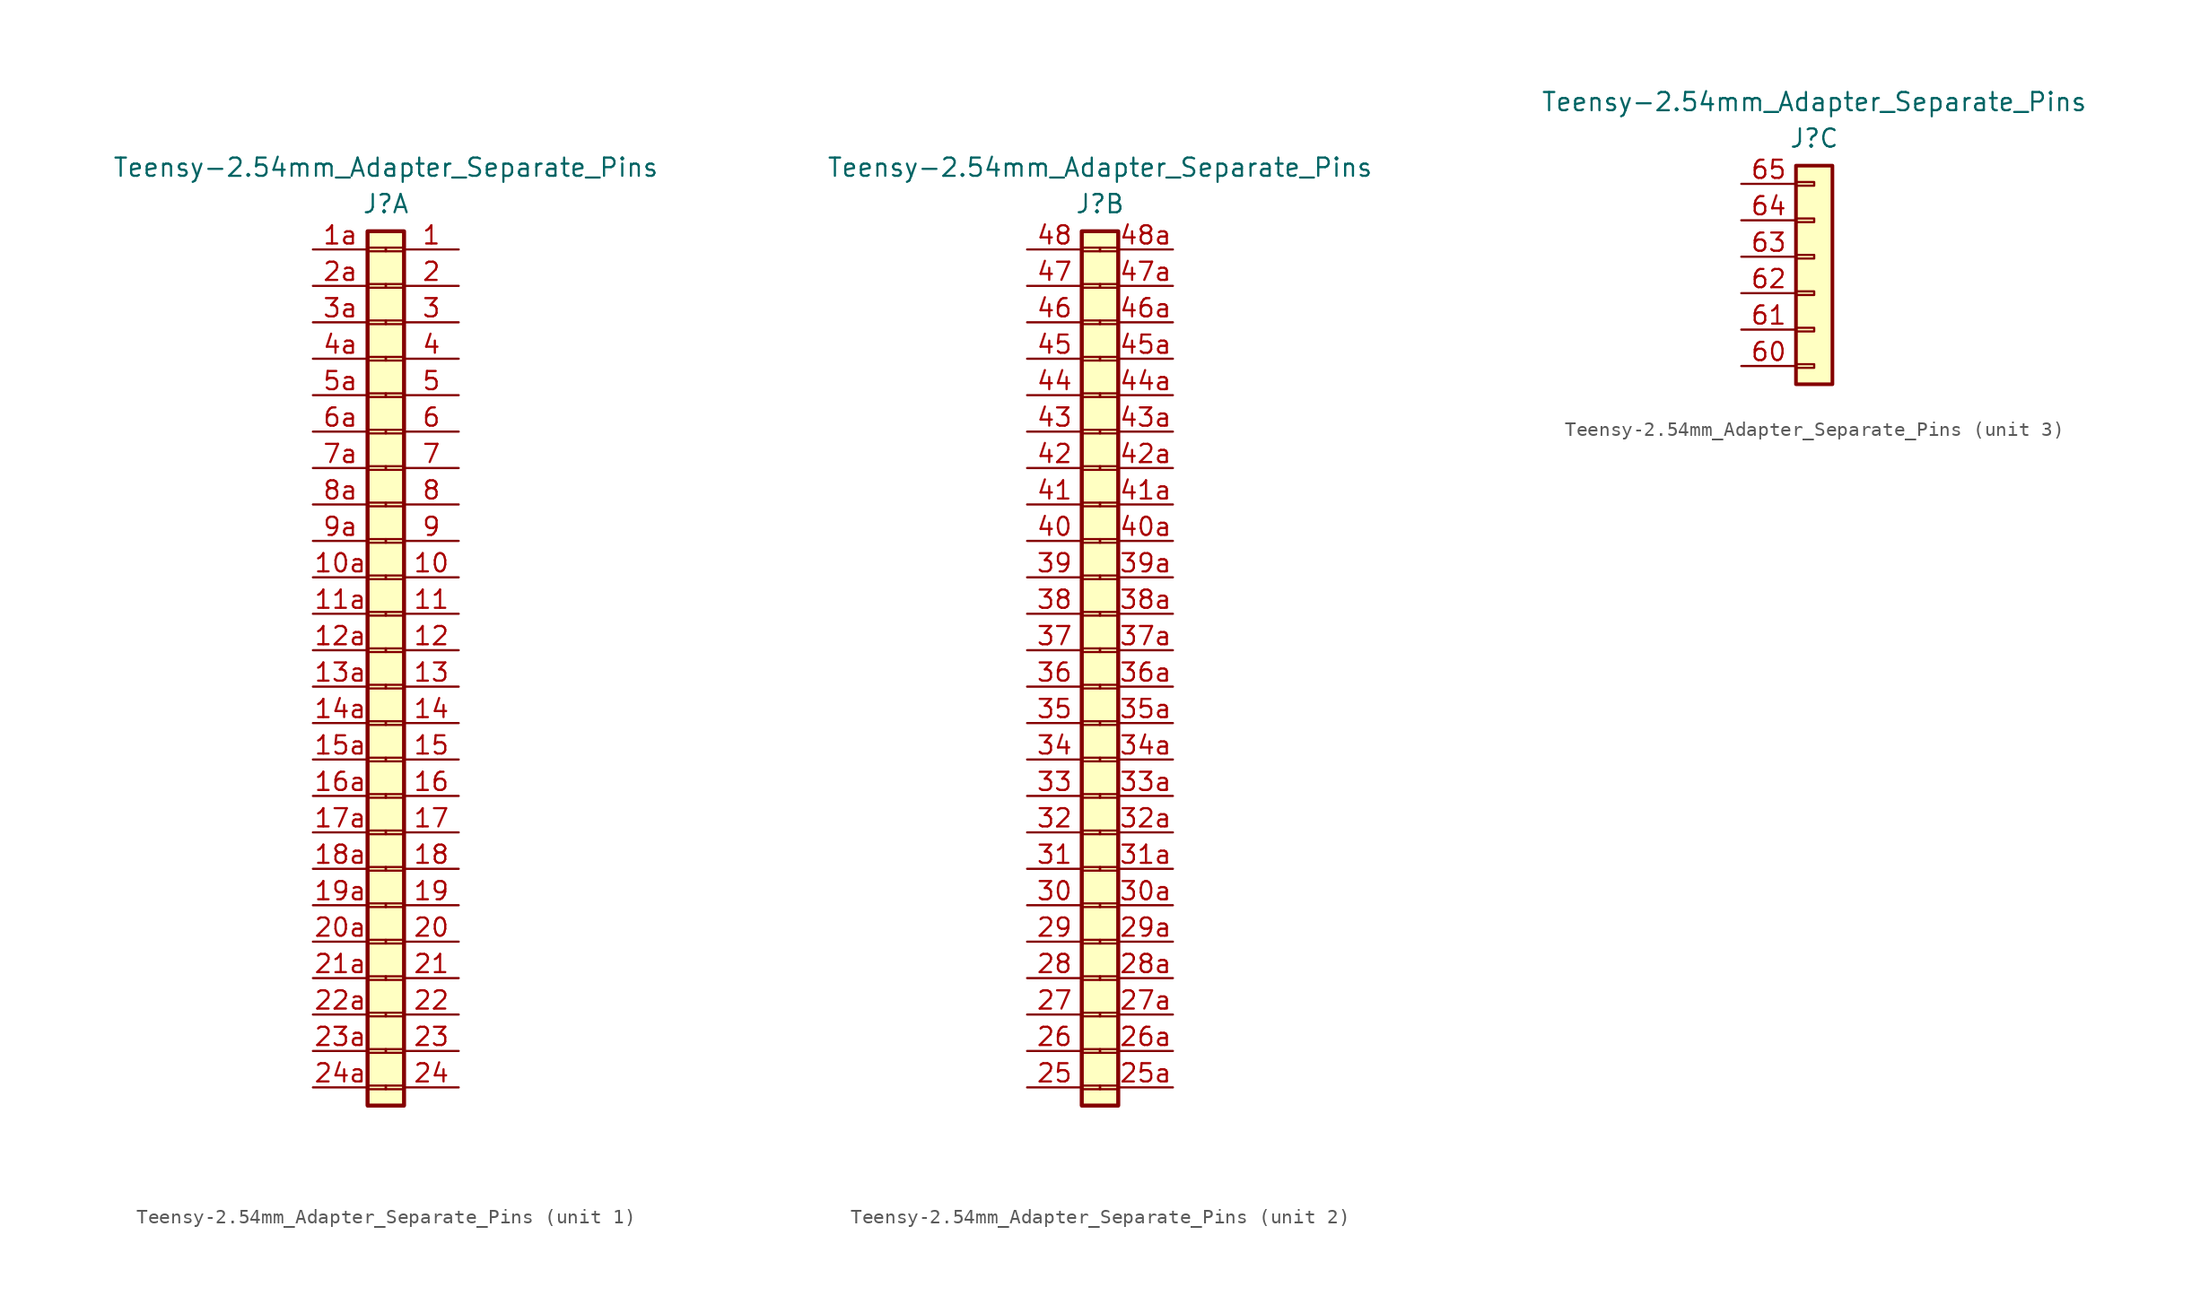
<source format=kicad_sym>
(kicad_symbol_lib
  (version 20211014)
  (generator kicad_symbol_editor)
  (symbol "Teensy-2.54mm_Adapter_Separate_Pins"
    (property "Reference" "J"
      (at 0 1.905 0)
      (effects (font (size 1.27 1.27))))
    (property "Value" "Teensy-2.54mm_Adapter_Separate_Pins"
      (at 0 4.445 0)
      (effects (font (size 1.27 1.27))))
    (property "ki_locked" ""
      (at 0 0 0)
      (effects (font (size 1.27 1.27))))
    (symbol "Teensy-2.54mm_Adapter_Separate_Pins_1_1"
      (rectangle (start -1.27 -60.96) (end 1.27 0) (stroke (width 0.254) (type default) (color 0 0 0 0)) (fill (type background)))
      (rectangle (start -1.27 -59.563) (end 0 -59.817) (stroke (width 0.152) (type default) (color 0 0 0 0)) (fill (type none)))
      (rectangle (start -1.27 -57.023) (end 0 -57.277) (stroke (width 0.152) (type default) (color 0 0 0 0)) (fill (type none)))
      (rectangle (start -1.27 -54.483) (end 0 -54.737) (stroke (width 0.152) (type default) (color 0 0 0 0)) (fill (type none)))
      (rectangle (start -1.27 -51.943) (end 0 -52.197) (stroke (width 0.152) (type default) (color 0 0 0 0)) (fill (type none)))
      (rectangle (start -1.27 -49.403) (end 0 -49.657) (stroke (width 0.152) (type default) (color 0 0 0 0)) (fill (type none)))
      (rectangle (start -1.27 -46.863) (end 0 -47.117) (stroke (width 0.152) (type default) (color 0 0 0 0)) (fill (type none)))
      (rectangle (start -1.27 -44.323) (end 0 -44.577) (stroke (width 0.152) (type default) (color 0 0 0 0)) (fill (type none)))
      (rectangle (start -1.27 -41.783) (end 0 -42.037) (stroke (width 0.152) (type default) (color 0 0 0 0)) (fill (type none)))
      (rectangle (start -1.27 -39.243) (end 0 -39.497) (stroke (width 0.152) (type default) (color 0 0 0 0)) (fill (type none)))
      (rectangle (start -1.27 -36.703) (end 0 -36.957) (stroke (width 0.152) (type default) (color 0 0 0 0)) (fill (type none)))
      (rectangle (start -1.27 -34.163) (end 0 -34.417) (stroke (width 0.152) (type default) (color 0 0 0 0)) (fill (type none)))
      (rectangle (start -1.27 -31.623) (end 0 -31.877) (stroke (width 0.152) (type default) (color 0 0 0 0)) (fill (type none)))
      (rectangle (start -1.27 -29.083) (end 0 -29.337) (stroke (width 0.152) (type default) (color 0 0 0 0)) (fill (type none)))
      (rectangle (start -1.27 -26.543) (end 0 -26.797) (stroke (width 0.152) (type default) (color 0 0 0 0)) (fill (type none)))
      (rectangle (start -1.27 -24.003) (end 0 -24.257) (stroke (width 0.152) (type default) (color 0 0 0 0)) (fill (type none)))
      (rectangle (start -1.27 -21.463) (end 0 -21.717) (stroke (width 0.152) (type default) (color 0 0 0 0)) (fill (type none)))
      (rectangle (start -1.27 -18.923) (end 0 -19.177) (stroke (width 0.152) (type default) (color 0 0 0 0)) (fill (type none)))
      (rectangle (start -1.27 -16.383) (end 0 -16.637) (stroke (width 0.152) (type default) (color 0 0 0 0)) (fill (type none)))
      (rectangle (start -1.27 -13.843) (end 0 -14.097) (stroke (width 0.152) (type default) (color 0 0 0 0)) (fill (type none)))
      (rectangle (start -1.27 -11.303) (end 0 -11.557) (stroke (width 0.152) (type default) (color 0 0 0 0)) (fill (type none)))
      (rectangle (start -1.27 -8.763) (end 0 -9.017) (stroke (width 0.152) (type default) (color 0 0 0 0)) (fill (type none)))
      (rectangle (start -1.27 -6.223) (end 0 -6.477) (stroke (width 0.152) (type default) (color 0 0 0 0)) (fill (type none)))
      (rectangle (start -1.27 -3.683) (end 0 -3.937) (stroke (width 0.152) (type default) (color 0 0 0 0)) (fill (type none)))
      (rectangle (start -1.27 -1.143) (end 0 -1.397) (stroke (width 0.152) (type default) (color 0 0 0 0)) (fill (type none)))
      (rectangle (start -1.27 0) (end 1.27 -60.96) (stroke (width 0.254) (type default) (color 0 0 0 0)) (fill (type background)))
      (rectangle (start 0 -59.817) (end 1.27 -59.563) (stroke (width 0.152) (type default) (color 0 0 0 0)) (fill (type none)))
      (rectangle (start 0 -57.277) (end 1.27 -57.023) (stroke (width 0.152) (type default) (color 0 0 0 0)) (fill (type none)))
      (rectangle (start 0 -54.737) (end 1.27 -54.483) (stroke (width 0.152) (type default) (color 0 0 0 0)) (fill (type none)))
      (rectangle (start 0 -52.197) (end 1.27 -51.943) (stroke (width 0.152) (type default) (color 0 0 0 0)) (fill (type none)))
      (rectangle (start 0 -49.657) (end 1.27 -49.403) (stroke (width 0.152) (type default) (color 0 0 0 0)) (fill (type none)))
      (rectangle (start 0 -47.117) (end 1.27 -46.863) (stroke (width 0.152) (type default) (color 0 0 0 0)) (fill (type none)))
      (rectangle (start 0 -44.577) (end 1.27 -44.323) (stroke (width 0.152) (type default) (color 0 0 0 0)) (fill (type none)))
      (rectangle (start 0 -42.037) (end 1.27 -41.783) (stroke (width 0.152) (type default) (color 0 0 0 0)) (fill (type none)))
      (rectangle (start 0 -39.497) (end 1.27 -39.243) (stroke (width 0.152) (type default) (color 0 0 0 0)) (fill (type none)))
      (rectangle (start 0 -36.957) (end 1.27 -36.703) (stroke (width 0.152) (type default) (color 0 0 0 0)) (fill (type none)))
      (rectangle (start 0 -34.417) (end 1.27 -34.163) (stroke (width 0.152) (type default) (color 0 0 0 0)) (fill (type none)))
      (rectangle (start 0 -31.877) (end 1.27 -31.623) (stroke (width 0.152) (type default) (color 0 0 0 0)) (fill (type none)))
      (rectangle (start 0 -29.337) (end 1.27 -29.083) (stroke (width 0.152) (type default) (color 0 0 0 0)) (fill (type none)))
      (rectangle (start 0 -26.797) (end 1.27 -26.543) (stroke (width 0.152) (type default) (color 0 0 0 0)) (fill (type none)))
      (rectangle (start 0 -24.257) (end 1.27 -24.003) (stroke (width 0.152) (type default) (color 0 0 0 0)) (fill (type none)))
      (rectangle (start 0 -21.717) (end 1.27 -21.463) (stroke (width 0.152) (type default) (color 0 0 0 0)) (fill (type none)))
      (rectangle (start 0 -19.177) (end 1.27 -18.923) (stroke (width 0.152) (type default) (color 0 0 0 0)) (fill (type none)))
      (rectangle (start 0 -16.637) (end 1.27 -16.383) (stroke (width 0.152) (type default) (color 0 0 0 0)) (fill (type none)))
      (rectangle (start 0 -14.097) (end 1.27 -13.843) (stroke (width 0.152) (type default) (color 0 0 0 0)) (fill (type none)))
      (rectangle (start 0 -11.557) (end 1.27 -11.303) (stroke (width 0.152) (type default) (color 0 0 0 0)) (fill (type none)))
      (rectangle (start 0 -9.017) (end 1.27 -8.763) (stroke (width 0.152) (type default) (color 0 0 0 0)) (fill (type none)))
      (rectangle (start 0 -6.477) (end 1.27 -6.223) (stroke (width 0.152) (type default) (color 0 0 0 0)) (fill (type none)))
      (rectangle (start 0 -3.937) (end 1.27 -3.683) (stroke (width 0.152) (type default) (color 0 0 0 0)) (fill (type none)))
      (rectangle (start 0 -1.397) (end 1.27 -1.143) (stroke (width 0.152) (type default) (color 0 0 0 0)) (fill (type none)))
      (pin passive line (at 5.08 -1.27 180) (length 3.81) (name "" (effects (font (size 1.27 1.27)))) (number "1" (effects (font (size 1.27 1.27)))))
      (pin passive line (at 5.08 -24.13 180) (length 3.81) (name "" (effects (font (size 1.27 1.27)))) (number "10" (effects (font (size 1.27 1.27)))))
      (pin passive line (at -5.08 -24.13 0) (length 3.81) (name "" (effects (font (size 1.27 1.27)))) (number "10a" (effects (font (size 1.27 1.27)))))
      (pin passive line (at 5.08 -26.67 180) (length 3.81) (name "" (effects (font (size 1.27 1.27)))) (number "11" (effects (font (size 1.27 1.27)))))
      (pin passive line (at -5.08 -26.67 0) (length 3.81) (name "" (effects (font (size 1.27 1.27)))) (number "11a" (effects (font (size 1.27 1.27)))))
      (pin passive line (at 5.08 -29.21 180) (length 3.81) (name "" (effects (font (size 1.27 1.27)))) (number "12" (effects (font (size 1.27 1.27)))))
      (pin passive line (at -5.08 -29.21 0) (length 3.81) (name "" (effects (font (size 1.27 1.27)))) (number "12a" (effects (font (size 1.27 1.27)))))
      (pin passive line (at 5.08 -31.75 180) (length 3.81) (name "" (effects (font (size 1.27 1.27)))) (number "13" (effects (font (size 1.27 1.27)))))
      (pin passive line (at -5.08 -31.75 0) (length 3.81) (name "" (effects (font (size 1.27 1.27)))) (number "13a" (effects (font (size 1.27 1.27)))))
      (pin passive line (at 5.08 -34.29 180) (length 3.81) (name "" (effects (font (size 1.27 1.27)))) (number "14" (effects (font (size 1.27 1.27)))))
      (pin passive line (at -5.08 -34.29 0) (length 3.81) (name "" (effects (font (size 1.27 1.27)))) (number "14a" (effects (font (size 1.27 1.27)))))
      (pin passive line (at 5.08 -36.83 180) (length 3.81) (name "" (effects (font (size 1.27 1.27)))) (number "15" (effects (font (size 1.27 1.27)))))
      (pin passive line (at -5.08 -36.83 0) (length 3.81) (name "" (effects (font (size 1.27 1.27)))) (number "15a" (effects (font (size 1.27 1.27)))))
      (pin passive line (at 5.08 -39.37 180) (length 3.81) (name "" (effects (font (size 1.27 1.27)))) (number "16" (effects (font (size 1.27 1.27)))))
      (pin passive line (at -5.08 -39.37 0) (length 3.81) (name "" (effects (font (size 1.27 1.27)))) (number "16a" (effects (font (size 1.27 1.27)))))
      (pin passive line (at 5.08 -41.91 180) (length 3.81) (name "" (effects (font (size 1.27 1.27)))) (number "17" (effects (font (size 1.27 1.27)))))
      (pin passive line (at -5.08 -41.91 0) (length 3.81) (name "" (effects (font (size 1.27 1.27)))) (number "17a" (effects (font (size 1.27 1.27)))))
      (pin passive line (at 5.08 -44.45 180) (length 3.81) (name "" (effects (font (size 1.27 1.27)))) (number "18" (effects (font (size 1.27 1.27)))))
      (pin passive line (at -5.08 -44.45 0) (length 3.81) (name "" (effects (font (size 1.27 1.27)))) (number "18a" (effects (font (size 1.27 1.27)))))
      (pin passive line (at 5.08 -46.99 180) (length 3.81) (name "" (effects (font (size 1.27 1.27)))) (number "19" (effects (font (size 1.27 1.27)))))
      (pin passive line (at -5.08 -46.99 0) (length 3.81) (name "" (effects (font (size 1.27 1.27)))) (number "19a" (effects (font (size 1.27 1.27)))))
      (pin passive line (at -5.08 -1.27 0) (length 3.81) (name "" (effects (font (size 1.27 1.27)))) (number "1a" (effects (font (size 1.27 1.27)))))
      (pin passive line (at 5.08 -3.81 180) (length 3.81) (name "" (effects (font (size 1.27 1.27)))) (number "2" (effects (font (size 1.27 1.27)))))
      (pin passive line (at 5.08 -49.53 180) (length 3.81) (name "" (effects (font (size 1.27 1.27)))) (number "20" (effects (font (size 1.27 1.27)))))
      (pin passive line (at -5.08 -49.53 0) (length 3.81) (name "" (effects (font (size 1.27 1.27)))) (number "20a" (effects (font (size 1.27 1.27)))))
      (pin passive line (at 5.08 -52.07 180) (length 3.81) (name "" (effects (font (size 1.27 1.27)))) (number "21" (effects (font (size 1.27 1.27)))))
      (pin passive line (at -5.08 -52.07 0) (length 3.81) (name "" (effects (font (size 1.27 1.27)))) (number "21a" (effects (font (size 1.27 1.27)))))
      (pin passive line (at 5.08 -54.61 180) (length 3.81) (name "" (effects (font (size 1.27 1.27)))) (number "22" (effects (font (size 1.27 1.27)))))
      (pin passive line (at -5.08 -54.61 0) (length 3.81) (name "" (effects (font (size 1.27 1.27)))) (number "22a" (effects (font (size 1.27 1.27)))))
      (pin passive line (at 5.08 -57.15 180) (length 3.81) (name "" (effects (font (size 1.27 1.27)))) (number "23" (effects (font (size 1.27 1.27)))))
      (pin passive line (at -5.08 -57.15 0) (length 3.81) (name "" (effects (font (size 1.27 1.27)))) (number "23a" (effects (font (size 1.27 1.27)))))
      (pin passive line (at 5.08 -59.69 180) (length 3.81) (name "" (effects (font (size 1.27 1.27)))) (number "24" (effects (font (size 1.27 1.27)))))
      (pin passive line (at -5.08 -59.69 0) (length 3.81) (name "" (effects (font (size 1.27 1.27)))) (number "24a" (effects (font (size 1.27 1.27)))))
      (pin passive line (at -5.08 -3.81 0) (length 3.81) (name "" (effects (font (size 1.27 1.27)))) (number "2a" (effects (font (size 1.27 1.27)))))
      (pin passive line (at 5.08 -6.35 180) (length 3.81) (name "" (effects (font (size 1.27 1.27)))) (number "3" (effects (font (size 1.27 1.27)))))
      (pin passive line (at -5.08 -6.35 0) (length 3.81) (name "" (effects (font (size 1.27 1.27)))) (number "3a" (effects (font (size 1.27 1.27)))))
      (pin passive line (at 5.08 -8.89 180) (length 3.81) (name "" (effects (font (size 1.27 1.27)))) (number "4" (effects (font (size 1.27 1.27)))))
      (pin passive line (at -5.08 -8.89 0) (length 3.81) (name "" (effects (font (size 1.27 1.27)))) (number "4a" (effects (font (size 1.27 1.27)))))
      (pin passive line (at 5.08 -11.43 180) (length 3.81) (name "" (effects (font (size 1.27 1.27)))) (number "5" (effects (font (size 1.27 1.27)))))
      (pin passive line (at -5.08 -11.43 0) (length 3.81) (name "" (effects (font (size 1.27 1.27)))) (number "5a" (effects (font (size 1.27 1.27)))))
      (pin passive line (at 5.08 -13.97 180) (length 3.81) (name "" (effects (font (size 1.27 1.27)))) (number "6" (effects (font (size 1.27 1.27)))))
      (pin passive line (at -5.08 -13.97 0) (length 3.81) (name "" (effects (font (size 1.27 1.27)))) (number "6a" (effects (font (size 1.27 1.27)))))
      (pin passive line (at 5.08 -16.51 180) (length 3.81) (name "" (effects (font (size 1.27 1.27)))) (number "7" (effects (font (size 1.27 1.27)))))
      (pin passive line (at -5.08 -16.51 0) (length 3.81) (name "" (effects (font (size 1.27 1.27)))) (number "7a" (effects (font (size 1.27 1.27)))))
      (pin passive line (at 5.08 -19.05 180) (length 3.81) (name "" (effects (font (size 1.27 1.27)))) (number "8" (effects (font (size 1.27 1.27)))))
      (pin passive line (at -5.08 -19.05 0) (length 3.81) (name "" (effects (font (size 1.27 1.27)))) (number "8a" (effects (font (size 1.27 1.27)))))
      (pin passive line (at 5.08 -21.59 180) (length 3.81) (name "" (effects (font (size 1.27 1.27)))) (number "9" (effects (font (size 1.27 1.27)))))
      (pin passive line (at -5.08 -21.59 0) (length 3.81) (name "" (effects (font (size 1.27 1.27)))) (number "9a" (effects (font (size 1.27 1.27))))))
    (symbol "Teensy-2.54mm_Adapter_Separate_Pins_2_1"
      (rectangle (start -1.27 -60.96) (end 1.27 0) (stroke (width 0.254) (type default) (color 0 0 0 0)) (fill (type background)))
      (rectangle (start -1.27 -59.563) (end 0 -59.817) (stroke (width 0.152) (type default) (color 0 0 0 0)) (fill (type none)))
      (rectangle (start -1.27 -57.023) (end 0 -57.277) (stroke (width 0.152) (type default) (color 0 0 0 0)) (fill (type none)))
      (rectangle (start -1.27 -54.483) (end 0 -54.737) (stroke (width 0.152) (type default) (color 0 0 0 0)) (fill (type none)))
      (rectangle (start -1.27 -51.943) (end 0 -52.197) (stroke (width 0.152) (type default) (color 0 0 0 0)) (fill (type none)))
      (rectangle (start -1.27 -49.403) (end 0 -49.657) (stroke (width 0.152) (type default) (color 0 0 0 0)) (fill (type none)))
      (rectangle (start -1.27 -46.863) (end 0 -47.117) (stroke (width 0.152) (type default) (color 0 0 0 0)) (fill (type none)))
      (rectangle (start -1.27 -44.323) (end 0 -44.577) (stroke (width 0.152) (type default) (color 0 0 0 0)) (fill (type none)))
      (rectangle (start -1.27 -41.783) (end 0 -42.037) (stroke (width 0.152) (type default) (color 0 0 0 0)) (fill (type none)))
      (rectangle (start -1.27 -39.243) (end 0 -39.497) (stroke (width 0.152) (type default) (color 0 0 0 0)) (fill (type none)))
      (rectangle (start -1.27 -36.703) (end 0 -36.957) (stroke (width 0.152) (type default) (color 0 0 0 0)) (fill (type none)))
      (rectangle (start -1.27 -34.163) (end 0 -34.417) (stroke (width 0.152) (type default) (color 0 0 0 0)) (fill (type none)))
      (rectangle (start -1.27 -31.623) (end 0 -31.877) (stroke (width 0.152) (type default) (color 0 0 0 0)) (fill (type none)))
      (rectangle (start -1.27 -29.083) (end 0 -29.337) (stroke (width 0.152) (type default) (color 0 0 0 0)) (fill (type none)))
      (rectangle (start -1.27 -26.543) (end 0 -26.797) (stroke (width 0.152) (type default) (color 0 0 0 0)) (fill (type none)))
      (rectangle (start -1.27 -24.003) (end 0 -24.257) (stroke (width 0.152) (type default) (color 0 0 0 0)) (fill (type none)))
      (rectangle (start -1.27 -21.463) (end 0 -21.717) (stroke (width 0.152) (type default) (color 0 0 0 0)) (fill (type none)))
      (rectangle (start -1.27 -18.923) (end 0 -19.177) (stroke (width 0.152) (type default) (color 0 0 0 0)) (fill (type none)))
      (rectangle (start -1.27 -16.383) (end 0 -16.637) (stroke (width 0.152) (type default) (color 0 0 0 0)) (fill (type none)))
      (rectangle (start -1.27 -13.843) (end 0 -14.097) (stroke (width 0.152) (type default) (color 0 0 0 0)) (fill (type none)))
      (rectangle (start -1.27 -11.303) (end 0 -11.557) (stroke (width 0.152) (type default) (color 0 0 0 0)) (fill (type none)))
      (rectangle (start -1.27 -8.763) (end 0 -9.017) (stroke (width 0.152) (type default) (color 0 0 0 0)) (fill (type none)))
      (rectangle (start -1.27 -6.223) (end 0 -6.477) (stroke (width 0.152) (type default) (color 0 0 0 0)) (fill (type none)))
      (rectangle (start -1.27 -3.683) (end 0 -3.937) (stroke (width 0.152) (type default) (color 0 0 0 0)) (fill (type none)))
      (rectangle (start -1.27 -1.143) (end 0 -1.397) (stroke (width 0.152) (type default) (color 0 0 0 0)) (fill (type none)))
      (rectangle (start -1.27 0) (end 1.27 -60.96) (stroke (width 0.254) (type default) (color 0 0 0 0)) (fill (type background)))
      (rectangle (start 0 -59.817) (end 1.27 -59.563) (stroke (width 0.152) (type default) (color 0 0 0 0)) (fill (type none)))
      (rectangle (start 0 -57.277) (end 1.27 -57.023) (stroke (width 0.152) (type default) (color 0 0 0 0)) (fill (type none)))
      (rectangle (start 0 -54.737) (end 1.27 -54.483) (stroke (width 0.152) (type default) (color 0 0 0 0)) (fill (type none)))
      (rectangle (start 0 -52.197) (end 1.27 -51.943) (stroke (width 0.152) (type default) (color 0 0 0 0)) (fill (type none)))
      (rectangle (start 0 -49.657) (end 1.27 -49.403) (stroke (width 0.152) (type default) (color 0 0 0 0)) (fill (type none)))
      (rectangle (start 0 -47.117) (end 1.27 -46.863) (stroke (width 0.152) (type default) (color 0 0 0 0)) (fill (type none)))
      (rectangle (start 0 -44.577) (end 1.27 -44.323) (stroke (width 0.152) (type default) (color 0 0 0 0)) (fill (type none)))
      (rectangle (start 0 -42.037) (end 1.27 -41.783) (stroke (width 0.152) (type default) (color 0 0 0 0)) (fill (type none)))
      (rectangle (start 0 -39.497) (end 1.27 -39.243) (stroke (width 0.152) (type default) (color 0 0 0 0)) (fill (type none)))
      (rectangle (start 0 -36.957) (end 1.27 -36.703) (stroke (width 0.152) (type default) (color 0 0 0 0)) (fill (type none)))
      (rectangle (start 0 -34.417) (end 1.27 -34.163) (stroke (width 0.152) (type default) (color 0 0 0 0)) (fill (type none)))
      (rectangle (start 0 -31.877) (end 1.27 -31.623) (stroke (width 0.152) (type default) (color 0 0 0 0)) (fill (type none)))
      (rectangle (start 0 -29.337) (end 1.27 -29.083) (stroke (width 0.152) (type default) (color 0 0 0 0)) (fill (type none)))
      (rectangle (start 0 -26.797) (end 1.27 -26.543) (stroke (width 0.152) (type default) (color 0 0 0 0)) (fill (type none)))
      (rectangle (start 0 -24.257) (end 1.27 -24.003) (stroke (width 0.152) (type default) (color 0 0 0 0)) (fill (type none)))
      (rectangle (start 0 -21.717) (end 1.27 -21.463) (stroke (width 0.152) (type default) (color 0 0 0 0)) (fill (type none)))
      (rectangle (start 0 -19.177) (end 1.27 -18.923) (stroke (width 0.152) (type default) (color 0 0 0 0)) (fill (type none)))
      (rectangle (start 0 -16.637) (end 1.27 -16.383) (stroke (width 0.152) (type default) (color 0 0 0 0)) (fill (type none)))
      (rectangle (start 0 -14.097) (end 1.27 -13.843) (stroke (width 0.152) (type default) (color 0 0 0 0)) (fill (type none)))
      (rectangle (start 0 -11.557) (end 1.27 -11.303) (stroke (width 0.152) (type default) (color 0 0 0 0)) (fill (type none)))
      (rectangle (start 0 -9.017) (end 1.27 -8.763) (stroke (width 0.152) (type default) (color 0 0 0 0)) (fill (type none)))
      (rectangle (start 0 -6.477) (end 1.27 -6.223) (stroke (width 0.152) (type default) (color 0 0 0 0)) (fill (type none)))
      (rectangle (start 0 -3.937) (end 1.27 -3.683) (stroke (width 0.152) (type default) (color 0 0 0 0)) (fill (type none)))
      (rectangle (start 0 -1.397) (end 1.27 -1.143) (stroke (width 0.152) (type default) (color 0 0 0 0)) (fill (type none)))
      (pin passive line (at -5.08 -59.69 0) (length 3.81) (name "" (effects (font (size 1.27 1.27)))) (number "25" (effects (font (size 1.27 1.27)))))
      (pin passive line (at 5.08 -59.69 180) (length 3.81) (name "" (effects (font (size 1.27 1.27)))) (number "25a" (effects (font (size 1.27 1.27)))))
      (pin passive line (at -5.08 -57.15 0) (length 3.81) (name "" (effects (font (size 1.27 1.27)))) (number "26" (effects (font (size 1.27 1.27)))))
      (pin passive line (at 5.08 -57.15 180) (length 3.81) (name "" (effects (font (size 1.27 1.27)))) (number "26a" (effects (font (size 1.27 1.27)))))
      (pin passive line (at -5.08 -54.61 0) (length 3.81) (name "" (effects (font (size 1.27 1.27)))) (number "27" (effects (font (size 1.27 1.27)))))
      (pin passive line (at 5.08 -54.61 180) (length 3.81) (name "" (effects (font (size 1.27 1.27)))) (number "27a" (effects (font (size 1.27 1.27)))))
      (pin passive line (at -5.08 -52.07 0) (length 3.81) (name "" (effects (font (size 1.27 1.27)))) (number "28" (effects (font (size 1.27 1.27)))))
      (pin passive line (at 5.08 -52.07 180) (length 3.81) (name "" (effects (font (size 1.27 1.27)))) (number "28a" (effects (font (size 1.27 1.27)))))
      (pin passive line (at -5.08 -49.53 0) (length 3.81) (name "" (effects (font (size 1.27 1.27)))) (number "29" (effects (font (size 1.27 1.27)))))
      (pin passive line (at 5.08 -49.53 180) (length 3.81) (name "" (effects (font (size 1.27 1.27)))) (number "29a" (effects (font (size 1.27 1.27)))))
      (pin passive line (at -5.08 -46.99 0) (length 3.81) (name "" (effects (font (size 1.27 1.27)))) (number "30" (effects (font (size 1.27 1.27)))))
      (pin passive line (at 5.08 -46.99 180) (length 3.81) (name "" (effects (font (size 1.27 1.27)))) (number "30a" (effects (font (size 1.27 1.27)))))
      (pin passive line (at -5.08 -44.45 0) (length 3.81) (name "" (effects (font (size 1.27 1.27)))) (number "31" (effects (font (size 1.27 1.27)))))
      (pin passive line (at 5.08 -44.45 180) (length 3.81) (name "" (effects (font (size 1.27 1.27)))) (number "31a" (effects (font (size 1.27 1.27)))))
      (pin passive line (at -5.08 -41.91 0) (length 3.81) (name "" (effects (font (size 1.27 1.27)))) (number "32" (effects (font (size 1.27 1.27)))))
      (pin passive line (at 5.08 -41.91 180) (length 3.81) (name "" (effects (font (size 1.27 1.27)))) (number "32a" (effects (font (size 1.27 1.27)))))
      (pin passive line (at -5.08 -39.37 0) (length 3.81) (name "" (effects (font (size 1.27 1.27)))) (number "33" (effects (font (size 1.27 1.27)))))
      (pin passive line (at 5.08 -39.37 180) (length 3.81) (name "" (effects (font (size 1.27 1.27)))) (number "33a" (effects (font (size 1.27 1.27)))))
      (pin passive line (at -5.08 -36.83 0) (length 3.81) (name "" (effects (font (size 1.27 1.27)))) (number "34" (effects (font (size 1.27 1.27)))))
      (pin passive line (at 5.08 -36.83 180) (length 3.81) (name "" (effects (font (size 1.27 1.27)))) (number "34a" (effects (font (size 1.27 1.27)))))
      (pin passive line (at -5.08 -34.29 0) (length 3.81) (name "" (effects (font (size 1.27 1.27)))) (number "35" (effects (font (size 1.27 1.27)))))
      (pin passive line (at 5.08 -34.29 180) (length 3.81) (name "" (effects (font (size 1.27 1.27)))) (number "35a" (effects (font (size 1.27 1.27)))))
      (pin passive line (at -5.08 -31.75 0) (length 3.81) (name "" (effects (font (size 1.27 1.27)))) (number "36" (effects (font (size 1.27 1.27)))))
      (pin passive line (at 5.08 -31.75 180) (length 3.81) (name "" (effects (font (size 1.27 1.27)))) (number "36a" (effects (font (size 1.27 1.27)))))
      (pin passive line (at -5.08 -29.21 0) (length 3.81) (name "" (effects (font (size 1.27 1.27)))) (number "37" (effects (font (size 1.27 1.27)))))
      (pin passive line (at 5.08 -29.21 180) (length 3.81) (name "" (effects (font (size 1.27 1.27)))) (number "37a" (effects (font (size 1.27 1.27)))))
      (pin passive line (at -5.08 -26.67 0) (length 3.81) (name "" (effects (font (size 1.27 1.27)))) (number "38" (effects (font (size 1.27 1.27)))))
      (pin passive line (at 5.08 -26.67 180) (length 3.81) (name "" (effects (font (size 1.27 1.27)))) (number "38a" (effects (font (size 1.27 1.27)))))
      (pin passive line (at -5.08 -24.13 0) (length 3.81) (name "" (effects (font (size 1.27 1.27)))) (number "39" (effects (font (size 1.27 1.27)))))
      (pin passive line (at 5.08 -24.13 180) (length 3.81) (name "" (effects (font (size 1.27 1.27)))) (number "39a" (effects (font (size 1.27 1.27)))))
      (pin passive line (at -5.08 -21.59 0) (length 3.81) (name "" (effects (font (size 1.27 1.27)))) (number "40" (effects (font (size 1.27 1.27)))))
      (pin passive line (at 5.08 -21.59 180) (length 3.81) (name "" (effects (font (size 1.27 1.27)))) (number "40a" (effects (font (size 1.27 1.27)))))
      (pin passive line (at -5.08 -19.05 0) (length 3.81) (name "" (effects (font (size 1.27 1.27)))) (number "41" (effects (font (size 1.27 1.27)))))
      (pin passive line (at 5.08 -19.05 180) (length 3.81) (name "" (effects (font (size 1.27 1.27)))) (number "41a" (effects (font (size 1.27 1.27)))))
      (pin passive line (at -5.08 -16.51 0) (length 3.81) (name "" (effects (font (size 1.27 1.27)))) (number "42" (effects (font (size 1.27 1.27)))))
      (pin passive line (at 5.08 -16.51 180) (length 3.81) (name "" (effects (font (size 1.27 1.27)))) (number "42a" (effects (font (size 1.27 1.27)))))
      (pin passive line (at -5.08 -13.97 0) (length 3.81) (name "" (effects (font (size 1.27 1.27)))) (number "43" (effects (font (size 1.27 1.27)))))
      (pin passive line (at 5.08 -13.97 180) (length 3.81) (name "" (effects (font (size 1.27 1.27)))) (number "43a" (effects (font (size 1.27 1.27)))))
      (pin passive line (at -5.08 -11.43 0) (length 3.81) (name "" (effects (font (size 1.27 1.27)))) (number "44" (effects (font (size 1.27 1.27)))))
      (pin passive line (at 5.08 -11.43 180) (length 3.81) (name "" (effects (font (size 1.27 1.27)))) (number "44a" (effects (font (size 1.27 1.27)))))
      (pin passive line (at -5.08 -8.89 0) (length 3.81) (name "" (effects (font (size 1.27 1.27)))) (number "45" (effects (font (size 1.27 1.27)))))
      (pin passive line (at 5.08 -8.89 180) (length 3.81) (name "" (effects (font (size 1.27 1.27)))) (number "45a" (effects (font (size 1.27 1.27)))))
      (pin passive line (at -5.08 -6.35 0) (length 3.81) (name "" (effects (font (size 1.27 1.27)))) (number "46" (effects (font (size 1.27 1.27)))))
      (pin passive line (at 5.08 -6.35 180) (length 3.81) (name "" (effects (font (size 1.27 1.27)))) (number "46a" (effects (font (size 1.27 1.27)))))
      (pin passive line (at -5.08 -3.81 0) (length 3.81) (name "" (effects (font (size 1.27 1.27)))) (number "47" (effects (font (size 1.27 1.27)))))
      (pin passive line (at 5.08 -3.81 180) (length 3.81) (name "" (effects (font (size 1.27 1.27)))) (number "47a" (effects (font (size 1.27 1.27)))))
      (pin passive line (at -5.08 -1.27 0) (length 3.81) (name "" (effects (font (size 1.27 1.27)))) (number "48" (effects (font (size 1.27 1.27)))))
      (pin passive line (at 5.08 -1.27 180) (length 3.81) (name "" (effects (font (size 1.27 1.27)))) (number "48a" (effects (font (size 1.27 1.27))))))
    (symbol "Teensy-2.54mm_Adapter_Separate_Pins_3_1"
      (rectangle (start -1.27 -13.843) (end 0 -14.097) (stroke (width 0.152) (type default) (color 0 0 0 0)) (fill (type none)))
      (rectangle (start -1.27 -11.303) (end 0 -11.557) (stroke (width 0.152) (type default) (color 0 0 0 0)) (fill (type none)))
      (rectangle (start -1.27 -8.763) (end 0 -9.017) (stroke (width 0.152) (type default) (color 0 0 0 0)) (fill (type none)))
      (rectangle (start -1.27 -6.223) (end 0 -6.477) (stroke (width 0.152) (type default) (color 0 0 0 0)) (fill (type none)))
      (rectangle (start -1.27 -3.683) (end 0 -3.937) (stroke (width 0.152) (type default) (color 0 0 0 0)) (fill (type none)))
      (rectangle (start -1.27 -1.143) (end 0 -1.397) (stroke (width 0.152) (type default) (color 0 0 0 0)) (fill (type none)))
      (rectangle (start -1.27 0) (end 1.27 -15.24) (stroke (width 0.254) (type default) (color 0 0 0 0)) (fill (type background)))
      (pin passive line (at -5.08 -13.97 0) (length 3.81) (name "" (effects (font (size 1.27 1.27)))) (number "60" (effects (font (size 1.27 1.27)))))
      (pin passive line (at -5.08 -11.43 0) (length 3.81) (name "" (effects (font (size 1.27 1.27)))) (number "61" (effects (font (size 1.27 1.27)))))
      (pin passive line (at -5.08 -8.89 0) (length 3.81) (name "" (effects (font (size 1.27 1.27)))) (number "62" (effects (font (size 1.27 1.27)))))
      (pin passive line (at -5.08 -6.35 0) (length 3.81) (name "" (effects (font (size 1.27 1.27)))) (number "63" (effects (font (size 1.27 1.27)))))
      (pin passive line (at -5.08 -3.81 0) (length 3.81) (name "" (effects (font (size 1.27 1.27)))) (number "64" (effects (font (size 1.27 1.27)))))
      (pin passive line (at -5.08 -1.27 0) (length 3.81) (name "" (effects (font (size 1.27 1.27)))) (number "65" (effects (font (size 1.27 1.27))))))))
</source>
